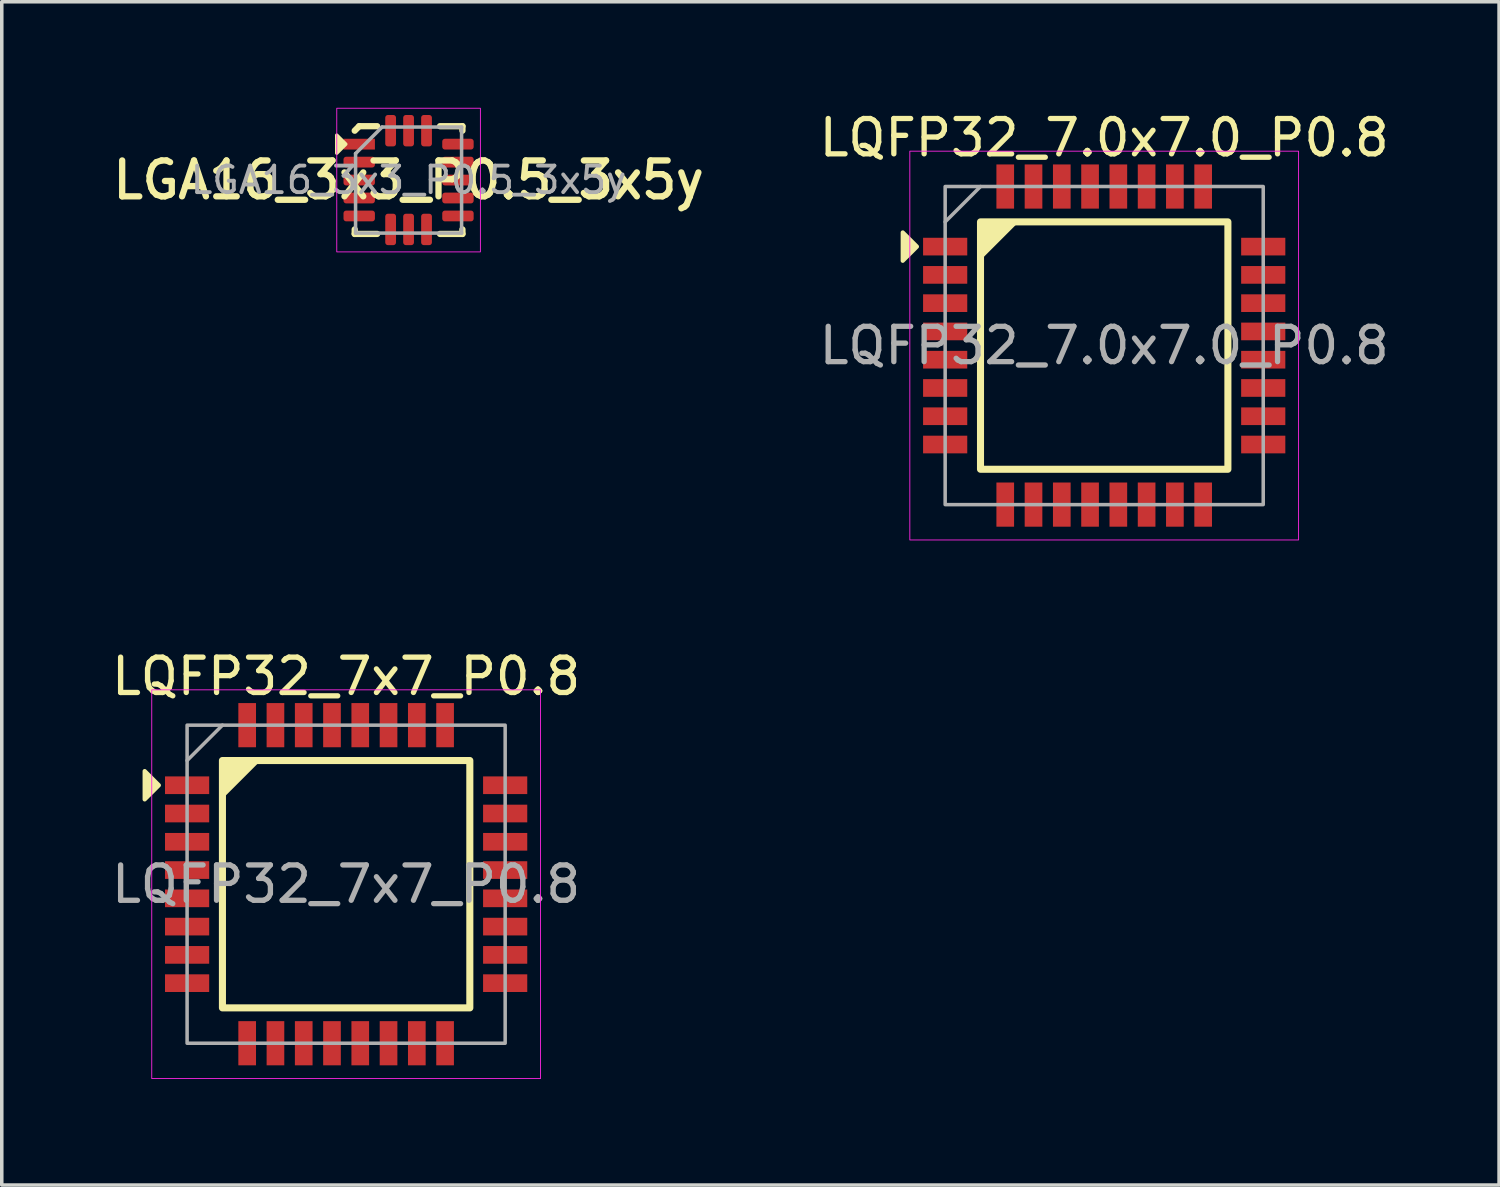
<source format=kicad_pcb>
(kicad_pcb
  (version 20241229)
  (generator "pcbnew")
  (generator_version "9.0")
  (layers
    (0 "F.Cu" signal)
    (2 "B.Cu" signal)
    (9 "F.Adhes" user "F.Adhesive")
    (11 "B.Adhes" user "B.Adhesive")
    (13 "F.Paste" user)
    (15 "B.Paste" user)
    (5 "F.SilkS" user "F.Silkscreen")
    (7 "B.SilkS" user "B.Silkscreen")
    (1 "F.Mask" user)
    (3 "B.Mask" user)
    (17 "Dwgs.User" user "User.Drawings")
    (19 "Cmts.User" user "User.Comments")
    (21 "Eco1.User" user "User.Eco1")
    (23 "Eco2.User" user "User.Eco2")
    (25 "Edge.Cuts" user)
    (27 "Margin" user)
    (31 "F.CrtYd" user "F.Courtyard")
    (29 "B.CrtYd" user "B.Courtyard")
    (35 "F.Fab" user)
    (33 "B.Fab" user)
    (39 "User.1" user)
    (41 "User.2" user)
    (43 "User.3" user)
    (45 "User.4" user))
  (footprint "LQFP32_7x7_P0.8"
    (layer "F.Cu")
    (at 6.744 21.969)
    (property "Reference" "LQFP32_7x7_P0.8" (at 0 -5.88 0) (layer "F.SilkS") (effects (font (size 1 1) (thickness 0.15))))
    (attr smd)
    (fp_rect (start -3.5 3.5) (end 3.5 -3.5) (stroke (width 0.2) (type solid)) (fill no) (layer "F.SilkS"))
    (fp_poly (pts (xy -5.3 -2.8) (xy -5.7 -2.4) (xy -5.7 -3.2)) (stroke (width 0.12) (type solid)) (fill yes) (layer "F.SilkS"))
    (fp_poly (pts (xy -3.5 -2.5) (xy -3.5 -3.5) (xy -2.5 -3.5)) (stroke (width 0.12) (type solid)) (fill yes) (layer "F.SilkS"))
    (fp_rect (start -5.5 5.5) (end 5.5 -5.5) (stroke (width 0.025) (type solid)) (fill no) (layer "F.CrtYd"))
    (fp_line (start -4.5 -3.5) (end -3.5 -4.5) (stroke (width 0.1) (type solid)) (layer "F.Fab"))
    (fp_rect (start -4.5 4.5) (end 4.5 -4.5) (stroke (width 0.1) (type solid)) (fill no) (layer "F.Fab"))
    (fp_text user "${REFERENCE}" (at 0 0 0) (layer "F.Fab") (effects (font (size 1 1) (thickness 0.15))))
    (pad "1" smd rect (at -4.5 -2.8) (size 1.25 0.5) (layers "F.Cu" "F.Mask" "F.Paste"))
    (pad "2" smd rect (at -4.5 -2) (size 1.25 0.5) (layers "F.Cu" "F.Mask" "F.Paste"))
    (pad "3" smd rect (at -4.5 -1.2) (size 1.25 0.5) (layers "F.Cu" "F.Mask" "F.Paste"))
    (pad "4" smd rect (at -4.5 -0.4) (size 1.25 0.5) (layers "F.Cu" "F.Mask" "F.Paste"))
    (pad "5" smd rect (at -4.5 0.4) (size 1.25 0.5) (layers "F.Cu" "F.Mask" "F.Paste"))
    (pad "6" smd rect (at -4.5 1.2) (size 1.25 0.5) (layers "F.Cu" "F.Mask" "F.Paste"))
    (pad "7" smd rect (at -4.5 2) (size 1.25 0.5) (layers "F.Cu" "F.Mask" "F.Paste"))
    (pad "8" smd rect (at -4.5 2.8) (size 1.25 0.5) (layers "F.Cu" "F.Mask" "F.Paste"))
    (pad "9" smd rect (at -2.8 4.5) (size 0.5 1.25) (layers "F.Cu" "F.Mask" "F.Paste"))
    (pad "10" smd rect (at -2 4.5) (size 0.5 1.25) (layers "F.Cu" "F.Mask" "F.Paste"))
    (pad "11" smd rect (at -1.2 4.5) (size 0.5 1.25) (layers "F.Cu" "F.Mask" "F.Paste"))
    (pad "12" smd rect (at -0.4 4.5) (size 0.5 1.25) (layers "F.Cu" "F.Mask" "F.Paste"))
    (pad "13" smd rect (at 0.4 4.5) (size 0.5 1.25) (layers "F.Cu" "F.Mask" "F.Paste"))
    (pad "14" smd rect (at 1.2 4.5) (size 0.5 1.25) (layers "F.Cu" "F.Mask" "F.Paste"))
    (pad "15" smd rect (at 2 4.5) (size 0.5 1.25) (layers "F.Cu" "F.Mask" "F.Paste"))
    (pad "16" smd rect (at 2.8 4.5) (size 0.5 1.25) (layers "F.Cu" "F.Mask" "F.Paste"))
    (pad "17" smd rect (at 4.5 2.8) (size 1.25 0.5) (layers "F.Cu" "F.Mask" "F.Paste"))
    (pad "18" smd rect (at 4.5 2) (size 1.25 0.5) (layers "F.Cu" "F.Mask" "F.Paste"))
    (pad "19" smd rect (at 4.5 1.2) (size 1.25 0.5) (layers "F.Cu" "F.Mask" "F.Paste"))
    (pad "20" smd rect (at 4.5 0.4) (size 1.25 0.5) (layers "F.Cu" "F.Mask" "F.Paste"))
    (pad "21" smd rect (at 4.5 -0.4) (size 1.25 0.5) (layers "F.Cu" "F.Mask" "F.Paste"))
    (pad "22" smd rect (at 4.5 -1.2) (size 1.25 0.5) (layers "F.Cu" "F.Mask" "F.Paste"))
    (pad "23" smd rect (at 4.5 -2) (size 1.25 0.5) (layers "F.Cu" "F.Mask" "F.Paste"))
    (pad "24" smd rect (at 4.5 -2.8) (size 1.25 0.5) (layers "F.Cu" "F.Mask" "F.Paste"))
    (pad "25" smd rect (at 2.8 -4.5) (size 0.5 1.25) (layers "F.Cu" "F.Mask" "F.Paste"))
    (pad "26" smd rect (at 2 -4.5) (size 0.5 1.25) (layers "F.Cu" "F.Mask" "F.Paste"))
    (pad "27" smd rect (at 1.2 -4.5) (size 0.5 1.25) (layers "F.Cu" "F.Mask" "F.Paste"))
    (pad "28" smd rect (at 0.4 -4.5) (size 0.5 1.25) (layers "F.Cu" "F.Mask" "F.Paste"))
    (pad "29" smd rect (at -0.4 -4.5) (size 0.5 1.25) (layers "F.Cu" "F.Mask" "F.Paste"))
    (pad "30" smd rect (at -1.2 -4.5) (size 0.5 1.25) (layers "F.Cu" "F.Mask" "F.Paste"))
    (pad "31" smd rect (at -2 -4.5) (size 0.5 1.25) (layers "F.Cu" "F.Mask" "F.Paste"))
    (pad "32" smd rect (at -2.8 -4.5) (size 0.5 1.25) (layers "F.Cu" "F.Mask" "F.Paste")))
  (footprint "LQFP32_7.0x7.0_P0.8"
    (layer "F.Cu")
    (at 28.194 6.728)
    (property "Reference" "LQFP32_7.0x7.0_P0.8" (at 0 -5.88 0) (layer "F.SilkS") (effects (font (size 1 1) (thickness 0.15))))
    (attr smd)
    (fp_rect (start -3.5 3.5) (end 3.5 -3.5) (stroke (width 0.2) (type solid)) (fill no) (layer "F.SilkS"))
    (fp_poly (pts (xy -5.3 -2.8) (xy -5.7 -2.4) (xy -5.7 -3.2)) (stroke (width 0.12) (type solid)) (fill yes) (layer "F.SilkS"))
    (fp_poly (pts (xy -3.5 -2.5) (xy -3.5 -3.5) (xy -2.5 -3.5)) (stroke (width 0.12) (type solid)) (fill yes) (layer "F.SilkS"))
    (fp_rect (start -5.5 5.5) (end 5.5 -5.5) (stroke (width 0.025) (type solid)) (fill no) (layer "F.CrtYd"))
    (fp_line (start -4.5 -3.5) (end -3.5 -4.5) (stroke (width 0.1) (type solid)) (layer "F.Fab"))
    (fp_rect (start -4.5 4.5) (end 4.5 -4.5) (stroke (width 0.1) (type solid)) (fill no) (layer "F.Fab"))
    (fp_text user "${REFERENCE}" (at 0 0 0) (layer "F.Fab") (effects (font (size 1 1) (thickness 0.15))))
    (pad "1" smd rect (at -4.5 -2.8) (size 1.25 0.5) (layers "F.Cu" "F.Mask" "F.Paste"))
    (pad "2" smd rect (at -4.5 -2) (size 1.25 0.5) (layers "F.Cu" "F.Mask" "F.Paste"))
    (pad "3" smd rect (at -4.5 -1.2) (size 1.25 0.5) (layers "F.Cu" "F.Mask" "F.Paste"))
    (pad "4" smd rect (at -4.5 -0.4) (size 1.25 0.5) (layers "F.Cu" "F.Mask" "F.Paste"))
    (pad "5" smd rect (at -4.5 0.4) (size 1.25 0.5) (layers "F.Cu" "F.Mask" "F.Paste"))
    (pad "6" smd rect (at -4.5 1.2) (size 1.25 0.5) (layers "F.Cu" "F.Mask" "F.Paste"))
    (pad "7" smd rect (at -4.5 2) (size 1.25 0.5) (layers "F.Cu" "F.Mask" "F.Paste"))
    (pad "8" smd rect (at -4.5 2.8) (size 1.25 0.5) (layers "F.Cu" "F.Mask" "F.Paste"))
    (pad "9" smd rect (at -2.8 4.5) (size 0.5 1.25) (layers "F.Cu" "F.Mask" "F.Paste"))
    (pad "10" smd rect (at -2 4.5) (size 0.5 1.25) (layers "F.Cu" "F.Mask" "F.Paste"))
    (pad "11" smd rect (at -1.2 4.5) (size 0.5 1.25) (layers "F.Cu" "F.Mask" "F.Paste"))
    (pad "12" smd rect (at -0.4 4.5) (size 0.5 1.25) (layers "F.Cu" "F.Mask" "F.Paste"))
    (pad "13" smd rect (at 0.4 4.5) (size 0.5 1.25) (layers "F.Cu" "F.Mask" "F.Paste"))
    (pad "14" smd rect (at 1.2 4.5) (size 0.5 1.25) (layers "F.Cu" "F.Mask" "F.Paste"))
    (pad "15" smd rect (at 2 4.5) (size 0.5 1.25) (layers "F.Cu" "F.Mask" "F.Paste"))
    (pad "16" smd rect (at 2.8 4.5) (size 0.5 1.25) (layers "F.Cu" "F.Mask" "F.Paste"))
    (pad "17" smd rect (at 4.5 2.8) (size 1.25 0.5) (layers "F.Cu" "F.Mask" "F.Paste"))
    (pad "18" smd rect (at 4.5 2) (size 1.25 0.5) (layers "F.Cu" "F.Mask" "F.Paste"))
    (pad "19" smd rect (at 4.5 1.2) (size 1.25 0.5) (layers "F.Cu" "F.Mask" "F.Paste"))
    (pad "20" smd rect (at 4.5 0.4) (size 1.25 0.5) (layers "F.Cu" "F.Mask" "F.Paste"))
    (pad "21" smd rect (at 4.5 -0.4) (size 1.25 0.5) (layers "F.Cu" "F.Mask" "F.Paste"))
    (pad "22" smd rect (at 4.5 -1.2) (size 1.25 0.5) (layers "F.Cu" "F.Mask" "F.Paste"))
    (pad "23" smd rect (at 4.5 -2) (size 1.25 0.5) (layers "F.Cu" "F.Mask" "F.Paste"))
    (pad "24" smd rect (at 4.5 -2.8) (size 1.25 0.5) (layers "F.Cu" "F.Mask" "F.Paste"))
    (pad "25" smd rect (at 2.8 -4.5) (size 0.5 1.25) (layers "F.Cu" "F.Mask" "F.Paste"))
    (pad "26" smd rect (at 2 -4.5) (size 0.5 1.25) (layers "F.Cu" "F.Mask" "F.Paste"))
    (pad "27" smd rect (at 1.2 -4.5) (size 0.5 1.25) (layers "F.Cu" "F.Mask" "F.Paste"))
    (pad "28" smd rect (at 0.4 -4.5) (size 0.5 1.25) (layers "F.Cu" "F.Mask" "F.Paste"))
    (pad "29" smd rect (at -0.4 -4.5) (size 0.5 1.25) (layers "F.Cu" "F.Mask" "F.Paste"))
    (pad "30" smd rect (at -1.2 -4.5) (size 0.5 1.25) (layers "F.Cu" "F.Mask" "F.Paste"))
    (pad "31" smd rect (at -2 -4.5) (size 0.5 1.25) (layers "F.Cu" "F.Mask" "F.Paste"))
    (pad "32" smd rect (at -2.8 -4.5) (size 0.5 1.25) (layers "F.Cu" "F.Mask" "F.Paste")))
  (footprint "LGA16_3x3_P0.5_3x5y"
    (layer "F.Cu")
    (at 8.511 2.045)
    (property "Reference" "LGA16_3x3_P0.5_3x5y" (at 0 0 0) (layer "F.SilkS") (effects (font (size 1.016 1.016) (thickness 0.178))))
    (attr smd)
    (fp_line (start -1.524 -1.397) (end -1.397 -1.524) (stroke (width 0.178) (type solid)) (layer "F.SilkS"))
    (fp_line (start -1.524 1.524) (end -1.524 1.397) (stroke (width 0.178) (type solid)) (layer "F.SilkS"))
    (fp_line (start -1.397 -1.524) (end -0.889 -1.524) (stroke (width 0.178) (type solid)) (layer "F.SilkS"))
    (fp_line (start -0.889 1.524) (end -1.524 1.524) (stroke (width 0.178) (type solid)) (layer "F.SilkS"))
    (fp_line (start 0.889 -1.524) (end 1.524 -1.524) (stroke (width 0.178) (type solid)) (layer "F.SilkS"))
    (fp_line (start 1.524 -1.524) (end 1.524 -1.397) (stroke (width 0.178) (type solid)) (layer "F.SilkS"))
    (fp_line (start 1.524 1.397) (end 1.524 1.524) (stroke (width 0.178) (type solid)) (layer "F.SilkS"))
    (fp_line (start 1.524 1.524) (end 0.889 1.524) (stroke (width 0.178) (type solid)) (layer "F.SilkS"))
    (fp_poly (pts (xy -1.778 -1.016) (xy -2.032 -0.762) (xy -2.032 -1.27)) (stroke (width 0.1) (type solid)) (fill yes) (layer "F.SilkS"))
    (fp_rect (start -2.032 -2.032) (end 2.032 2.032) (stroke (width 0.025) (type solid)) (fill no) (layer "F.CrtYd"))
    (fp_line (start -1.5 -0.75) (end -0.75 -1.5) (stroke (width 0.1) (type solid)) (layer "F.Fab"))
    (fp_line (start -1.5 1.5) (end -1.5 -0.75) (stroke (width 0.1) (type solid)) (layer "F.Fab"))
    (fp_line (start -0.75 -1.5) (end 1.5 -1.5) (stroke (width 0.1) (type solid)) (layer "F.Fab"))
    (fp_line (start 1.5 -1.5) (end 1.5 1.5) (stroke (width 0.1) (type solid)) (layer "F.Fab"))
    (fp_line (start 1.5 1.5) (end -1.5 1.5) (stroke (width 0.1) (type solid)) (layer "F.Fab"))
    (fp_text user "${REFERENCE}" (at 0 0 0) (layer "F.Fab") (effects (font (size 0.75 0.75) (thickness 0.11))))
    (pad "1" smd rect (at -1.397 -1.016) (size 0.889 0.305) (layers "F.Cu" "F.Mask" "F.Paste"))
    (pad "2" smd roundrect (at -1.397 -0.508) (size 0.889 0.305) (layers "F.Cu" "F.Mask" "F.Paste") (roundrect_rratio 0.25))
    (pad "3" smd roundrect (at -1.397 0) (size 0.889 0.305) (layers "F.Cu" "F.Mask" "F.Paste") (roundrect_rratio 0.25))
    (pad "4" smd roundrect (at -1.397 0.508) (size 0.889 0.305) (layers "F.Cu" "F.Mask" "F.Paste") (roundrect_rratio 0.25))
    (pad "5" smd roundrect (at -1.397 1.016) (size 0.889 0.305) (layers "F.Cu" "F.Mask" "F.Paste") (roundrect_rratio 0.25))
    (pad "6" smd roundrect (at -0.508 1.397) (size 0.305 0.889) (layers "F.Cu" "F.Mask" "F.Paste") (roundrect_rratio 0.25))
    (pad "7" smd roundrect (at 0 1.397) (size 0.305 0.889) (layers "F.Cu" "F.Mask" "F.Paste") (roundrect_rratio 0.25))
    (pad "8" smd roundrect (at 0.508 1.397) (size 0.305 0.889) (layers "F.Cu" "F.Mask" "F.Paste") (roundrect_rratio 0.25))
    (pad "9" smd roundrect (at 1.397 1.016) (size 0.889 0.305) (layers "F.Cu" "F.Mask" "F.Paste") (roundrect_rratio 0.25))
    (pad "10" smd roundrect (at 1.397 0.508) (size 0.889 0.305) (layers "F.Cu" "F.Mask" "F.Paste") (roundrect_rratio 0.25))
    (pad "11" smd roundrect (at 1.397 0) (size 0.889 0.305) (layers "F.Cu" "F.Mask" "F.Paste") (roundrect_rratio 0.25))
    (pad "12" smd roundrect (at 1.397 -0.508) (size 0.889 0.305) (layers "F.Cu" "F.Mask" "F.Paste") (roundrect_rratio 0.25))
    (pad "13" smd roundrect (at 1.397 -1.016) (size 0.889 0.305) (layers "F.Cu" "F.Mask" "F.Paste") (roundrect_rratio 0.25))
    (pad "14" smd roundrect (at 0.508 -1.397) (size 0.305 0.889) (layers "F.Cu" "F.Mask" "F.Paste") (roundrect_rratio 0.25))
    (pad "15" smd roundrect (at 0 -1.397) (size 0.305 0.889) (layers "F.Cu" "F.Mask" "F.Paste") (roundrect_rratio 0.25))
    (pad "16" smd roundrect (at -0.508 -1.397) (size 0.305 0.889) (layers "F.Cu" "F.Mask" "F.Paste") (roundrect_rratio 0.25)))
  (gr_rect
    (start -3 -3)
    (end 39.367 30.482)
    (stroke (width 0.1) (type default))
    (fill no)
    (layer "Edge.Cuts")))
</source>
